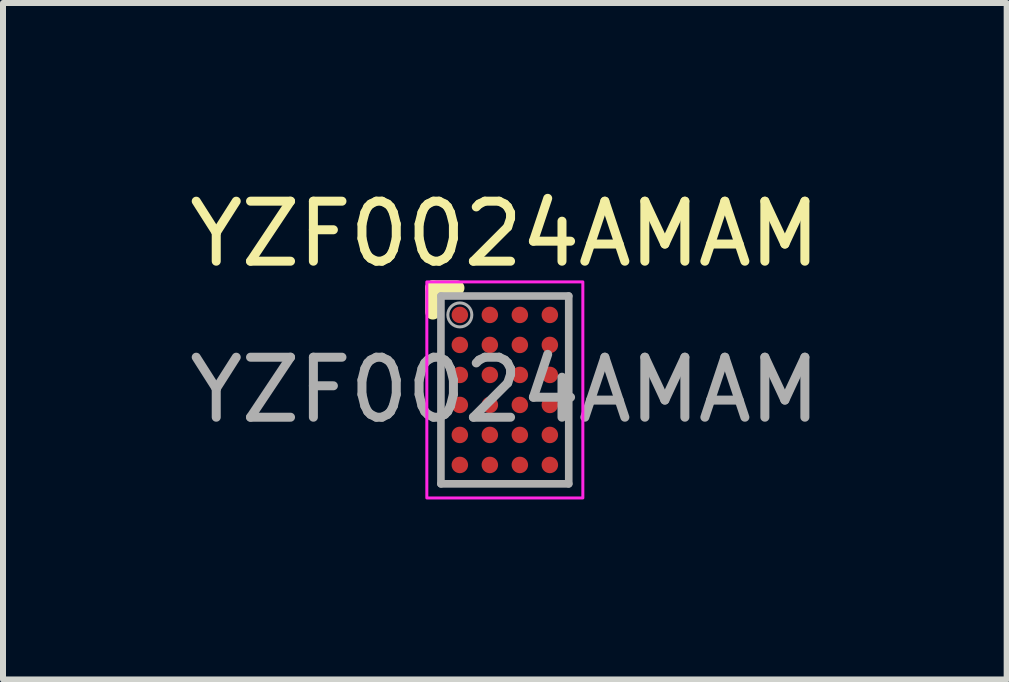
<source format=kicad_pcb>
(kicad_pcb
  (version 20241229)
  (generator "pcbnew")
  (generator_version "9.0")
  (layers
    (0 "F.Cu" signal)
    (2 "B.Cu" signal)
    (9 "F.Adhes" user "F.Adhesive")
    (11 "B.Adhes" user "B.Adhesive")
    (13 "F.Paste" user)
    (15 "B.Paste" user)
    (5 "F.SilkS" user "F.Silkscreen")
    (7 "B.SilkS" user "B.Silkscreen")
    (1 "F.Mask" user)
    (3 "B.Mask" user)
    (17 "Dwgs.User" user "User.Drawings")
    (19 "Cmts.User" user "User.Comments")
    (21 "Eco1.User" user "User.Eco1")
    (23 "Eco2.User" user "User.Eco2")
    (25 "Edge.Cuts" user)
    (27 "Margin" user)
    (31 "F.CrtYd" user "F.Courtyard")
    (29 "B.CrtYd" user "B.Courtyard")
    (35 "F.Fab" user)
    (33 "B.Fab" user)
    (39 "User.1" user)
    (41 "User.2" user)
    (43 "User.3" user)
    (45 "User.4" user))
  (footprint "YZF0024AMAM"
    (layer "F.Cu")
    (at 5.363 3.448)
    (property "Reference" "YZF0024AMAM" (at 0 -2.6 0) (unlocked yes) (layer "F.SilkS") (effects (font (size 1 1) (thickness 0.15))))
    (attr smd)
    (fp_line (start -1.2 -1.7) (end -0.8 -1.7) (stroke (width 0.254) (type solid)) (layer "F.SilkS"))
    (fp_line (start -1.2 -1.3) (end -1.2 -1.7) (stroke (width 0.254) (type solid)) (layer "F.SilkS"))
    (fp_circle (center -0.85 -1.35) (end -0.825 -1.35) (stroke (width 0.05) (type solid)) (fill no) (layer "F.Paste"))
    (fp_circle (center -0.85 -1.15) (end -0.825 -1.15) (stroke (width 0.05) (type solid)) (fill no) (layer "F.Paste"))
    (fp_circle (center -0.85 -0.85) (end -0.825 -0.85) (stroke (width 0.05) (type solid)) (fill no) (layer "F.Paste"))
    (fp_circle (center -0.85 -0.65) (end -0.825 -0.65) (stroke (width 0.05) (type solid)) (fill no) (layer "F.Paste"))
    (fp_circle (center -0.85 -0.35) (end -0.825 -0.35) (stroke (width 0.05) (type solid)) (fill no) (layer "F.Paste"))
    (fp_circle (center -0.85 -0.15) (end -0.825 -0.15) (stroke (width 0.05) (type solid)) (fill no) (layer "F.Paste"))
    (fp_circle (center -0.85 0.15) (end -0.825 0.15) (stroke (width 0.05) (type solid)) (fill no) (layer "F.Paste"))
    (fp_circle (center -0.85 0.35) (end -0.825 0.35) (stroke (width 0.05) (type solid)) (fill no) (layer "F.Paste"))
    (fp_circle (center -0.85 0.65) (end -0.825 0.65) (stroke (width 0.05) (type solid)) (fill no) (layer "F.Paste"))
    (fp_circle (center -0.85 0.85) (end -0.825 0.85) (stroke (width 0.05) (type solid)) (fill no) (layer "F.Paste"))
    (fp_circle (center -0.85 1.15) (end -0.825 1.15) (stroke (width 0.05) (type solid)) (fill no) (layer "F.Paste"))
    (fp_circle (center -0.85 1.35) (end -0.825 1.35) (stroke (width 0.05) (type solid)) (fill no) (layer "F.Paste"))
    (fp_circle (center -0.65 -1.35) (end -0.625 -1.35) (stroke (width 0.05) (type solid)) (fill no) (layer "F.Paste"))
    (fp_circle (center -0.65 -1.15) (end -0.625 -1.15) (stroke (width 0.05) (type solid)) (fill no) (layer "F.Paste"))
    (fp_circle (center -0.65 -0.85) (end -0.625 -0.85) (stroke (width 0.05) (type solid)) (fill no) (layer "F.Paste"))
    (fp_circle (center -0.65 -0.65) (end -0.625 -0.65) (stroke (width 0.05) (type solid)) (fill no) (layer "F.Paste"))
    (fp_circle (center -0.65 -0.35) (end -0.625 -0.35) (stroke (width 0.05) (type solid)) (fill no) (layer "F.Paste"))
    (fp_circle (center -0.65 -0.15) (end -0.625 -0.15) (stroke (width 0.05) (type solid)) (fill no) (layer "F.Paste"))
    (fp_circle (center -0.65 0.15) (end -0.625 0.15) (stroke (width 0.05) (type solid)) (fill no) (layer "F.Paste"))
    (fp_circle (center -0.65 0.35) (end -0.625 0.35) (stroke (width 0.05) (type solid)) (fill no) (layer "F.Paste"))
    (fp_circle (center -0.65 0.65) (end -0.625 0.65) (stroke (width 0.05) (type solid)) (fill no) (layer "F.Paste"))
    (fp_circle (center -0.65 0.85) (end -0.625 0.85) (stroke (width 0.05) (type solid)) (fill no) (layer "F.Paste"))
    (fp_circle (center -0.65 1.15) (end -0.625 1.15) (stroke (width 0.05) (type solid)) (fill no) (layer "F.Paste"))
    (fp_circle (center -0.65 1.35) (end -0.625 1.35) (stroke (width 0.05) (type solid)) (fill no) (layer "F.Paste"))
    (fp_circle (center -0.35 -1.35) (end -0.325 -1.35) (stroke (width 0.05) (type solid)) (fill no) (layer "F.Paste"))
    (fp_circle (center -0.35 -1.15) (end -0.325 -1.15) (stroke (width 0.05) (type solid)) (fill no) (layer "F.Paste"))
    (fp_circle (center -0.35 -0.85) (end -0.325 -0.85) (stroke (width 0.05) (type solid)) (fill no) (layer "F.Paste"))
    (fp_circle (center -0.35 -0.65) (end -0.325 -0.65) (stroke (width 0.05) (type solid)) (fill no) (layer "F.Paste"))
    (fp_circle (center -0.35 -0.35) (end -0.325 -0.35) (stroke (width 0.05) (type solid)) (fill no) (layer "F.Paste"))
    (fp_circle (center -0.35 -0.15) (end -0.325 -0.15) (stroke (width 0.05) (type solid)) (fill no) (layer "F.Paste"))
    (fp_circle (center -0.35 0.15) (end -0.325 0.15) (stroke (width 0.05) (type solid)) (fill no) (layer "F.Paste"))
    (fp_circle (center -0.35 0.35) (end -0.325 0.35) (stroke (width 0.05) (type solid)) (fill no) (layer "F.Paste"))
    (fp_circle (center -0.35 0.65) (end -0.325 0.65) (stroke (width 0.05) (type solid)) (fill no) (layer "F.Paste"))
    (fp_circle (center -0.35 0.85) (end -0.325 0.85) (stroke (width 0.05) (type solid)) (fill no) (layer "F.Paste"))
    (fp_circle (center -0.35 1.15) (end -0.325 1.15) (stroke (width 0.05) (type solid)) (fill no) (layer "F.Paste"))
    (fp_circle (center -0.35 1.35) (end -0.325 1.35) (stroke (width 0.05) (type solid)) (fill no) (layer "F.Paste"))
    (fp_circle (center -0.15 -1.35) (end -0.125 -1.35) (stroke (width 0.05) (type solid)) (fill no) (layer "F.Paste"))
    (fp_circle (center -0.15 -1.15) (end -0.125 -1.15) (stroke (width 0.05) (type solid)) (fill no) (layer "F.Paste"))
    (fp_circle (center -0.15 -0.85) (end -0.125 -0.85) (stroke (width 0.05) (type solid)) (fill no) (layer "F.Paste"))
    (fp_circle (center -0.15 -0.65) (end -0.125 -0.65) (stroke (width 0.05) (type solid)) (fill no) (layer "F.Paste"))
    (fp_circle (center -0.15 -0.35) (end -0.125 -0.35) (stroke (width 0.05) (type solid)) (fill no) (layer "F.Paste"))
    (fp_circle (center -0.15 -0.15) (end -0.125 -0.15) (stroke (width 0.05) (type solid)) (fill no) (layer "F.Paste"))
    (fp_circle (center -0.15 0.15) (end -0.125 0.15) (stroke (width 0.05) (type solid)) (fill no) (layer "F.Paste"))
    (fp_circle (center -0.15 0.35) (end -0.125 0.35) (stroke (width 0.05) (type solid)) (fill no) (layer "F.Paste"))
    (fp_circle (center -0.15 0.65) (end -0.125 0.65) (stroke (width 0.05) (type solid)) (fill no) (layer "F.Paste"))
    (fp_circle (center -0.15 0.85) (end -0.125 0.85) (stroke (width 0.05) (type solid)) (fill no) (layer "F.Paste"))
    (fp_circle (center -0.15 1.15) (end -0.125 1.15) (stroke (width 0.05) (type solid)) (fill no) (layer "F.Paste"))
    (fp_circle (center -0.15 1.35) (end -0.125 1.35) (stroke (width 0.05) (type solid)) (fill no) (layer "F.Paste"))
    (fp_circle (center 0.15 -1.35) (end 0.175 -1.35) (stroke (width 0.05) (type solid)) (fill no) (layer "F.Paste"))
    (fp_circle (center 0.15 -1.15) (end 0.175 -1.15) (stroke (width 0.05) (type solid)) (fill no) (layer "F.Paste"))
    (fp_circle (center 0.15 -0.85) (end 0.175 -0.85) (stroke (width 0.05) (type solid)) (fill no) (layer "F.Paste"))
    (fp_circle (center 0.15 -0.65) (end 0.175 -0.65) (stroke (width 0.05) (type solid)) (fill no) (layer "F.Paste"))
    (fp_circle (center 0.15 -0.35) (end 0.175 -0.35) (stroke (width 0.05) (type solid)) (fill no) (layer "F.Paste"))
    (fp_circle (center 0.15 -0.15) (end 0.175 -0.15) (stroke (width 0.05) (type solid)) (fill no) (layer "F.Paste"))
    (fp_circle (center 0.15 0.15) (end 0.175 0.15) (stroke (width 0.05) (type solid)) (fill no) (layer "F.Paste"))
    (fp_circle (center 0.15 0.35) (end 0.175 0.35) (stroke (width 0.05) (type solid)) (fill no) (layer "F.Paste"))
    (fp_circle (center 0.15 0.65) (end 0.175 0.65) (stroke (width 0.05) (type solid)) (fill no) (layer "F.Paste"))
    (fp_circle (center 0.15 0.85) (end 0.175 0.85) (stroke (width 0.05) (type solid)) (fill no) (layer "F.Paste"))
    (fp_circle (center 0.15 1.15) (end 0.175 1.15) (stroke (width 0.05) (type solid)) (fill no) (layer "F.Paste"))
    (fp_circle (center 0.15 1.35) (end 0.175 1.35) (stroke (width 0.05) (type solid)) (fill no) (layer "F.Paste"))
    (fp_circle (center 0.35 -1.35) (end 0.375 -1.35) (stroke (width 0.05) (type solid)) (fill no) (layer "F.Paste"))
    (fp_circle (center 0.35 -1.15) (end 0.375 -1.15) (stroke (width 0.05) (type solid)) (fill no) (layer "F.Paste"))
    (fp_circle (center 0.35 -0.85) (end 0.375 -0.85) (stroke (width 0.05) (type solid)) (fill no) (layer "F.Paste"))
    (fp_circle (center 0.35 -0.65) (end 0.375 -0.65) (stroke (width 0.05) (type solid)) (fill no) (layer "F.Paste"))
    (fp_circle (center 0.35 -0.35) (end 0.375 -0.35) (stroke (width 0.05) (type solid)) (fill no) (layer "F.Paste"))
    (fp_circle (center 0.35 -0.15) (end 0.375 -0.15) (stroke (width 0.05) (type solid)) (fill no) (layer "F.Paste"))
    (fp_circle (center 0.35 0.15) (end 0.375 0.15) (stroke (width 0.05) (type solid)) (fill no) (layer "F.Paste"))
    (fp_circle (center 0.35 0.35) (end 0.375 0.35) (stroke (width 0.05) (type solid)) (fill no) (layer "F.Paste"))
    (fp_circle (center 0.35 0.65) (end 0.375 0.65) (stroke (width 0.05) (type solid)) (fill no) (layer "F.Paste"))
    (fp_circle (center 0.35 0.85) (end 0.375 0.85) (stroke (width 0.05) (type solid)) (fill no) (layer "F.Paste"))
    (fp_circle (center 0.35 1.15) (end 0.375 1.15) (stroke (width 0.05) (type solid)) (fill no) (layer "F.Paste"))
    (fp_circle (center 0.35 1.35) (end 0.375 1.35) (stroke (width 0.05) (type solid)) (fill no) (layer "F.Paste"))
    (fp_circle (center 0.65 -1.35) (end 0.675 -1.35) (stroke (width 0.05) (type solid)) (fill no) (layer "F.Paste"))
    (fp_circle (center 0.65 -1.15) (end 0.675 -1.15) (stroke (width 0.05) (type solid)) (fill no) (layer "F.Paste"))
    (fp_circle (center 0.65 -0.85) (end 0.675 -0.85) (stroke (width 0.05) (type solid)) (fill no) (layer "F.Paste"))
    (fp_circle (center 0.65 -0.65) (end 0.675 -0.65) (stroke (width 0.05) (type solid)) (fill no) (layer "F.Paste"))
    (fp_circle (center 0.65 -0.35) (end 0.675 -0.35) (stroke (width 0.05) (type solid)) (fill no) (layer "F.Paste"))
    (fp_circle (center 0.65 -0.15) (end 0.675 -0.15) (stroke (width 0.05) (type solid)) (fill no) (layer "F.Paste"))
    (fp_circle (center 0.65 0.15) (end 0.675 0.15) (stroke (width 0.05) (type solid)) (fill no) (layer "F.Paste"))
    (fp_circle (center 0.65 0.35) (end 0.675 0.35) (stroke (width 0.05) (type solid)) (fill no) (layer "F.Paste"))
    (fp_circle (center 0.65 0.65) (end 0.675 0.65) (stroke (width 0.05) (type solid)) (fill no) (layer "F.Paste"))
    (fp_circle (center 0.65 0.85) (end 0.675 0.85) (stroke (width 0.05) (type solid)) (fill no) (layer "F.Paste"))
    (fp_circle (center 0.65 1.15) (end 0.675 1.15) (stroke (width 0.05) (type solid)) (fill no) (layer "F.Paste"))
    (fp_circle (center 0.65 1.35) (end 0.675 1.35) (stroke (width 0.05) (type solid)) (fill no) (layer "F.Paste"))
    (fp_circle (center 0.85 -1.35) (end 0.875 -1.35) (stroke (width 0.05) (type solid)) (fill no) (layer "F.Paste"))
    (fp_circle (center 0.85 -1.15) (end 0.875 -1.15) (stroke (width 0.05) (type solid)) (fill no) (layer "F.Paste"))
    (fp_circle (center 0.85 -0.85) (end 0.875 -0.85) (stroke (width 0.05) (type solid)) (fill no) (layer "F.Paste"))
    (fp_circle (center 0.85 -0.65) (end 0.875 -0.65) (stroke (width 0.05) (type solid)) (fill no) (layer "F.Paste"))
    (fp_circle (center 0.85 -0.35) (end 0.875 -0.35) (stroke (width 0.05) (type solid)) (fill no) (layer "F.Paste"))
    (fp_circle (center 0.85 -0.15) (end 0.875 -0.15) (stroke (width 0.05) (type solid)) (fill no) (layer "F.Paste"))
    (fp_circle (center 0.85 0.15) (end 0.875 0.15) (stroke (width 0.05) (type solid)) (fill no) (layer "F.Paste"))
    (fp_circle (center 0.85 0.35) (end 0.875 0.35) (stroke (width 0.05) (type solid)) (fill no) (layer "F.Paste"))
    (fp_circle (center 0.85 0.65) (end 0.875 0.65) (stroke (width 0.05) (type solid)) (fill no) (layer "F.Paste"))
    (fp_circle (center 0.85 0.85) (end 0.875 0.85) (stroke (width 0.05) (type solid)) (fill no) (layer "F.Paste"))
    (fp_circle (center 0.85 1.15) (end 0.875 1.15) (stroke (width 0.05) (type solid)) (fill no) (layer "F.Paste"))
    (fp_circle (center 0.85 1.35) (end 0.875 1.35) (stroke (width 0.05) (type solid)) (fill no) (layer "F.Paste"))
    (fp_poly (pts (xy -0.85 0.1) (xy -0.85 0.4) (xy -0.65 0.4) (xy -0.65 0.1)) (stroke (width 0) (type solid)) (fill yes) (layer "F.Paste"))
    (fp_poly (pts (xy -0.85 0.6) (xy -0.85 0.9) (xy -0.65 0.9) (xy -0.65 0.6)) (stroke (width 0) (type solid)) (fill yes) (layer "F.Paste"))
    (fp_poly (pts (xy -0.85 1.1) (xy -0.85 1.4) (xy -0.65 1.4) (xy -0.65 1.1)) (stroke (width 0) (type solid)) (fill yes) (layer "F.Paste"))
    (fp_poly (pts (xy -0.65 -1.1) (xy -0.65 -1.4) (xy -0.85 -1.4) (xy -0.85 -1.1)) (stroke (width 0) (type solid)) (fill yes) (layer "F.Paste"))
    (fp_poly (pts (xy -0.65 -0.6) (xy -0.65 -0.9) (xy -0.85 -0.9) (xy -0.85 -0.6)) (stroke (width 0) (type solid)) (fill yes) (layer "F.Paste"))
    (fp_poly (pts (xy -0.65 -0.1) (xy -0.65 -0.4) (xy -0.85 -0.4) (xy -0.85 -0.1)) (stroke (width 0) (type solid)) (fill yes) (layer "F.Paste"))
    (fp_poly (pts (xy -0.6 -1.35) (xy -0.9 -1.35) (xy -0.9 -1.15) (xy -0.6 -1.15)) (stroke (width 0) (type solid)) (fill yes) (layer "F.Paste"))
    (fp_poly (pts (xy -0.6 -0.85) (xy -0.9 -0.85) (xy -0.9 -0.65) (xy -0.6 -0.65)) (stroke (width 0) (type solid)) (fill yes) (layer "F.Paste"))
    (fp_poly (pts (xy -0.6 -0.35) (xy -0.9 -0.35) (xy -0.9 -0.15) (xy -0.6 -0.15)) (stroke (width 0) (type solid)) (fill yes) (layer "F.Paste"))
    (fp_poly (pts (xy -0.6 0.15) (xy -0.9 0.15) (xy -0.9 0.35) (xy -0.6 0.35)) (stroke (width 0) (type solid)) (fill yes) (layer "F.Paste"))
    (fp_poly (pts (xy -0.6 0.65) (xy -0.9 0.65) (xy -0.9 0.85) (xy -0.6 0.85)) (stroke (width 0) (type solid)) (fill yes) (layer "F.Paste"))
    (fp_poly (pts (xy -0.6 1.15) (xy -0.9 1.15) (xy -0.9 1.35) (xy -0.6 1.35)) (stroke (width 0) (type solid)) (fill yes) (layer "F.Paste"))
    (fp_poly (pts (xy -0.4 -1.15) (xy -0.1 -1.15) (xy -0.1 -1.35) (xy -0.4 -1.35)) (stroke (width 0) (type solid)) (fill yes) (layer "F.Paste"))
    (fp_poly (pts (xy -0.4 -0.65) (xy -0.1 -0.65) (xy -0.1 -0.85) (xy -0.4 -0.85)) (stroke (width 0) (type solid)) (fill yes) (layer "F.Paste"))
    (fp_poly (pts (xy -0.4 -0.15) (xy -0.1 -0.15) (xy -0.1 -0.35) (xy -0.4 -0.35)) (stroke (width 0) (type solid)) (fill yes) (layer "F.Paste"))
    (fp_poly (pts (xy -0.4 0.35) (xy -0.1 0.35) (xy -0.1 0.15) (xy -0.4 0.15)) (stroke (width 0) (type solid)) (fill yes) (layer "F.Paste"))
    (fp_poly (pts (xy -0.4 0.85) (xy -0.1 0.85) (xy -0.1 0.65) (xy -0.4 0.65)) (stroke (width 0) (type solid)) (fill yes) (layer "F.Paste"))
    (fp_poly (pts (xy -0.4 1.35) (xy -0.1 1.35) (xy -0.1 1.15) (xy -0.4 1.15)) (stroke (width 0) (type solid)) (fill yes) (layer "F.Paste"))
    (fp_poly (pts (xy -0.35 0.1) (xy -0.35 0.4) (xy -0.15 0.4) (xy -0.15 0.1)) (stroke (width 0) (type solid)) (fill yes) (layer "F.Paste"))
    (fp_poly (pts (xy -0.35 0.6) (xy -0.35 0.9) (xy -0.15 0.9) (xy -0.15 0.6)) (stroke (width 0) (type solid)) (fill yes) (layer "F.Paste"))
    (fp_poly (pts (xy -0.35 1.1) (xy -0.35 1.4) (xy -0.15 1.4) (xy -0.15 1.1)) (stroke (width 0) (type solid)) (fill yes) (layer "F.Paste"))
    (fp_poly (pts (xy -0.15 -1.1) (xy -0.15 -1.4) (xy -0.35 -1.4) (xy -0.35 -1.1)) (stroke (width 0) (type solid)) (fill yes) (layer "F.Paste"))
    (fp_poly (pts (xy -0.15 -0.6) (xy -0.15 -0.9) (xy -0.35 -0.9) (xy -0.35 -0.6)) (stroke (width 0) (type solid)) (fill yes) (layer "F.Paste"))
    (fp_poly (pts (xy -0.15 -0.1) (xy -0.15 -0.4) (xy -0.35 -0.4) (xy -0.35 -0.1)) (stroke (width 0) (type solid)) (fill yes) (layer "F.Paste"))
    (fp_poly (pts (xy 0.1 -1.15) (xy 0.4 -1.15) (xy 0.4 -1.35) (xy 0.1 -1.35)) (stroke (width 0) (type solid)) (fill yes) (layer "F.Paste"))
    (fp_poly (pts (xy 0.1 -0.65) (xy 0.4 -0.65) (xy 0.4 -0.85) (xy 0.1 -0.85)) (stroke (width 0) (type solid)) (fill yes) (layer "F.Paste"))
    (fp_poly (pts (xy 0.1 -0.15) (xy 0.4 -0.15) (xy 0.4 -0.35) (xy 0.1 -0.35)) (stroke (width 0) (type solid)) (fill yes) (layer "F.Paste"))
    (fp_poly (pts (xy 0.1 0.35) (xy 0.4 0.35) (xy 0.4 0.15) (xy 0.1 0.15)) (stroke (width 0) (type solid)) (fill yes) (layer "F.Paste"))
    (fp_poly (pts (xy 0.1 0.85) (xy 0.4 0.85) (xy 0.4 0.65) (xy 0.1 0.65)) (stroke (width 0) (type solid)) (fill yes) (layer "F.Paste"))
    (fp_poly (pts (xy 0.1 1.35) (xy 0.4 1.35) (xy 0.4 1.15) (xy 0.1 1.15)) (stroke (width 0) (type solid)) (fill yes) (layer "F.Paste"))
    (fp_poly (pts (xy 0.15 0.1) (xy 0.15 0.4) (xy 0.35 0.4) (xy 0.35 0.1)) (stroke (width 0) (type solid)) (fill yes) (layer "F.Paste"))
    (fp_poly (pts (xy 0.15 0.6) (xy 0.15 0.9) (xy 0.35 0.9) (xy 0.35 0.6)) (stroke (width 0) (type solid)) (fill yes) (layer "F.Paste"))
    (fp_poly (pts (xy 0.15 1.1) (xy 0.15 1.4) (xy 0.35 1.4) (xy 0.35 1.1)) (stroke (width 0) (type solid)) (fill yes) (layer "F.Paste"))
    (fp_poly (pts (xy 0.35 -1.1) (xy 0.35 -1.4) (xy 0.15 -1.4) (xy 0.15 -1.1)) (stroke (width 0) (type solid)) (fill yes) (layer "F.Paste"))
    (fp_poly (pts (xy 0.35 -0.6) (xy 0.35 -0.9) (xy 0.15 -0.9) (xy 0.15 -0.6)) (stroke (width 0) (type solid)) (fill yes) (layer "F.Paste"))
    (fp_poly (pts (xy 0.35 -0.1) (xy 0.35 -0.4) (xy 0.15 -0.4) (xy 0.15 -0.1)) (stroke (width 0) (type solid)) (fill yes) (layer "F.Paste"))
    (fp_poly (pts (xy 0.6 -1.15) (xy 0.9 -1.15) (xy 0.9 -1.35) (xy 0.6 -1.35)) (stroke (width 0) (type solid)) (fill yes) (layer "F.Paste"))
    (fp_poly (pts (xy 0.6 -0.65) (xy 0.9 -0.65) (xy 0.9 -0.85) (xy 0.6 -0.85)) (stroke (width 0) (type solid)) (fill yes) (layer "F.Paste"))
    (fp_poly (pts (xy 0.6 -0.15) (xy 0.9 -0.15) (xy 0.9 -0.35) (xy 0.6 -0.35)) (stroke (width 0) (type solid)) (fill yes) (layer "F.Paste"))
    (fp_poly (pts (xy 0.6 0.35) (xy 0.9 0.35) (xy 0.9 0.15) (xy 0.6 0.15)) (stroke (width 0) (type solid)) (fill yes) (layer "F.Paste"))
    (fp_poly (pts (xy 0.6 0.85) (xy 0.9 0.85) (xy 0.9 0.65) (xy 0.6 0.65)) (stroke (width 0) (type solid)) (fill yes) (layer "F.Paste"))
    (fp_poly (pts (xy 0.6 1.35) (xy 0.9 1.35) (xy 0.9 1.15) (xy 0.6 1.15)) (stroke (width 0) (type solid)) (fill yes) (layer "F.Paste"))
    (fp_poly (pts (xy 0.65 0.1) (xy 0.65 0.4) (xy 0.85 0.4) (xy 0.85 0.1)) (stroke (width 0) (type solid)) (fill yes) (layer "F.Paste"))
    (fp_poly (pts (xy 0.65 0.6) (xy 0.65 0.9) (xy 0.85 0.9) (xy 0.85 0.6)) (stroke (width 0) (type solid)) (fill yes) (layer "F.Paste"))
    (fp_poly (pts (xy 0.65 1.1) (xy 0.65 1.4) (xy 0.85 1.4) (xy 0.85 1.1)) (stroke (width 0) (type solid)) (fill yes) (layer "F.Paste"))
    (fp_poly (pts (xy 0.85 -1.1) (xy 0.85 -1.4) (xy 0.65 -1.4) (xy 0.65 -1.1)) (stroke (width 0) (type solid)) (fill yes) (layer "F.Paste"))
    (fp_poly (pts (xy 0.85 -0.6) (xy 0.85 -0.9) (xy 0.65 -0.9) (xy 0.65 -0.6)) (stroke (width 0) (type solid)) (fill yes) (layer "F.Paste"))
    (fp_poly (pts (xy 0.85 -0.1) (xy 0.85 -0.4) (xy 0.65 -0.4) (xy 0.65 -0.1)) (stroke (width 0) (type solid)) (fill yes) (layer "F.Paste"))
    (fp_rect (start -1.3 -1.8) (end 1.3 1.8) (stroke (width 0.05) (type default)) (fill no) (layer "F.CrtYd"))
    (fp_line (start -1.065 -1.565) (end 1.065 -1.565) (stroke (width 0.127) (type solid)) (layer "F.Fab"))
    (fp_line (start -1.065 1.565) (end -1.065 -1.565) (stroke (width 0.127) (type solid)) (layer "F.Fab"))
    (fp_line (start -1.065 1.565) (end 1.065 1.565) (stroke (width 0.127) (type solid)) (layer "F.Fab"))
    (fp_line (start 1.065 1.565) (end 1.065 -1.565) (stroke (width 0.127) (type solid)) (layer "F.Fab"))
    (fp_circle (center -0.75 -1.25) (end -0.55 -1.25) (stroke (width 0.05) (type solid)) (fill no) (layer "F.Fab"))
    (fp_text user "${REFERENCE}" (at 0 0 0) (unlocked yes) (layer "F.Fab") (effects (font (size 1 1) (thickness 0.15))))
    (pad "A1" smd circle (at -0.75 -1.25) (size 0.275 0.275) (layers "F.Cu" "F.Mask"))
    (pad "A2" smd circle (at -0.25 -1.25) (size 0.275 0.275) (layers "F.Cu" "F.Mask"))
    (pad "A3" smd circle (at 0.25 -1.25) (size 0.275 0.275) (layers "F.Cu" "F.Mask"))
    (pad "A4" smd circle (at 0.75 -1.25) (size 0.275 0.275) (layers "F.Cu" "F.Mask"))
    (pad "B1" smd circle (at -0.75 -0.75) (size 0.275 0.275) (layers "F.Cu" "F.Mask"))
    (pad "B2" smd circle (at -0.25 -0.75) (size 0.275 0.275) (layers "F.Cu" "F.Mask"))
    (pad "B3" smd circle (at 0.25 -0.75) (size 0.275 0.275) (layers "F.Cu" "F.Mask"))
    (pad "B4" smd circle (at 0.75 -0.75) (size 0.275 0.275) (layers "F.Cu" "F.Mask"))
    (pad "C1" smd circle (at -0.75 -0.25) (size 0.275 0.275) (layers "F.Cu" "F.Mask"))
    (pad "C2" smd circle (at -0.25 -0.25) (size 0.275 0.275) (layers "F.Cu" "F.Mask"))
    (pad "C3" smd circle (at 0.25 -0.25) (size 0.275 0.275) (layers "F.Cu" "F.Mask"))
    (pad "C4" smd circle (at 0.75 -0.25) (size 0.275 0.275) (layers "F.Cu" "F.Mask"))
    (pad "D1" smd circle (at -0.75 0.25) (size 0.275 0.275) (layers "F.Cu" "F.Mask"))
    (pad "D2" smd circle (at -0.25 0.25) (size 0.275 0.275) (layers "F.Cu" "F.Mask"))
    (pad "D3" smd circle (at 0.25 0.25) (size 0.275 0.275) (layers "F.Cu" "F.Mask"))
    (pad "D4" smd circle (at 0.75 0.25) (size 0.275 0.275) (layers "F.Cu" "F.Mask"))
    (pad "E1" smd circle (at -0.75 0.75) (size 0.275 0.275) (layers "F.Cu" "F.Mask"))
    (pad "E2" smd circle (at -0.25 0.75) (size 0.275 0.275) (layers "F.Cu" "F.Mask"))
    (pad "E3" smd circle (at 0.25 0.75) (size 0.275 0.275) (layers "F.Cu" "F.Mask"))
    (pad "E4" smd circle (at 0.75 0.75) (size 0.275 0.275) (layers "F.Cu" "F.Mask"))
    (pad "F1" smd circle (at -0.75 1.25) (size 0.275 0.275) (layers "F.Cu" "F.Mask"))
    (pad "F2" smd circle (at -0.25 1.25) (size 0.275 0.275) (layers "F.Cu" "F.Mask"))
    (pad "F3" smd circle (at 0.25 1.25) (size 0.275 0.275) (layers "F.Cu" "F.Mask"))
    (pad "F4" smd circle (at 0.75 1.25) (size 0.275 0.275) (layers "F.Cu" "F.Mask")))
  (gr_rect
    (start -3 -3)
    (end 13.726 8.273)
    (stroke (width 0.1) (type default))
    (fill no)
    (layer "Edge.Cuts")))
</source>
